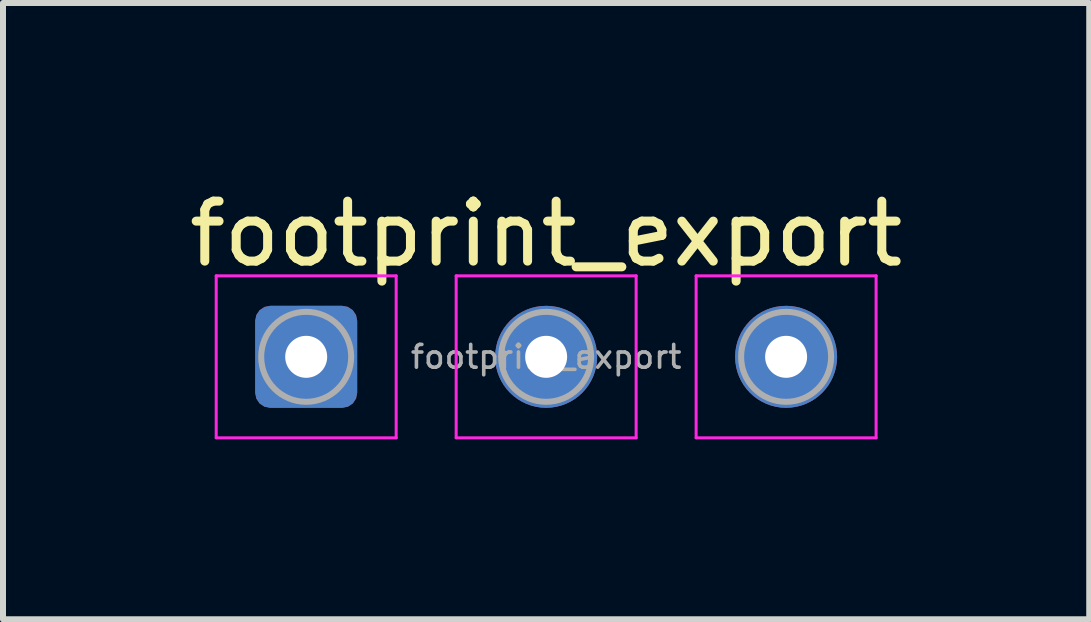
<source format=kicad_pcb>
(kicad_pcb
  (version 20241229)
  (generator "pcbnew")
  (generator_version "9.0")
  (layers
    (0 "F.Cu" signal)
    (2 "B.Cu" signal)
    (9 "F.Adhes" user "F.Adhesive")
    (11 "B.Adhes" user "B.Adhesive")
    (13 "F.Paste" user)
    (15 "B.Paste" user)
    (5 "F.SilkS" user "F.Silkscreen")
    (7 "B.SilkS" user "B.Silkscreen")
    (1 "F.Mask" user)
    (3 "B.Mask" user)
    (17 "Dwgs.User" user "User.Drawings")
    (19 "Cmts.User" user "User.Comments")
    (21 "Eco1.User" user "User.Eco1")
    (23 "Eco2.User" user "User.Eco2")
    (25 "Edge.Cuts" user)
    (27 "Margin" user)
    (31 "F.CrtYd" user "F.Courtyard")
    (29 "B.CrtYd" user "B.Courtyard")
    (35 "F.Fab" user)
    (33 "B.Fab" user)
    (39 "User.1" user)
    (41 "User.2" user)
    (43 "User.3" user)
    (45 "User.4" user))
  (footprint "footprint_export"
    (layer "F.Cu")
    (at 2.054 2.898)
    (property "Reference" "footprint_export" (at 4 -2.05 0) (layer "F.SilkS") (effects (font (size 1 1) (thickness 0.15))))
    (attr exclude_from_pos_files exclude_from_bom)
    (fp_line (start -1.5 -1.35) (end -1.5 1.35) (stroke (width 0.05) (type solid)) (layer "F.CrtYd"))
    (fp_line (start -1.5 1.35) (end 1.5 1.35) (stroke (width 0.05) (type solid)) (layer "F.CrtYd"))
    (fp_line (start 1.5 -1.35) (end -1.5 -1.35) (stroke (width 0.05) (type solid)) (layer "F.CrtYd"))
    (fp_line (start 1.5 1.35) (end 1.5 -1.35) (stroke (width 0.05) (type solid)) (layer "F.CrtYd"))
    (fp_line (start 2.5 -1.35) (end 2.5 1.35) (stroke (width 0.05) (type solid)) (layer "F.CrtYd"))
    (fp_line (start 2.5 1.35) (end 5.5 1.35) (stroke (width 0.05) (type solid)) (layer "F.CrtYd"))
    (fp_line (start 5.5 -1.35) (end 2.5 -1.35) (stroke (width 0.05) (type solid)) (layer "F.CrtYd"))
    (fp_line (start 5.5 1.35) (end 5.5 -1.35) (stroke (width 0.05) (type solid)) (layer "F.CrtYd"))
    (fp_line (start 6.5 -1.35) (end 6.5 1.35) (stroke (width 0.05) (type solid)) (layer "F.CrtYd"))
    (fp_line (start 6.5 1.35) (end 9.5 1.35) (stroke (width 0.05) (type solid)) (layer "F.CrtYd"))
    (fp_line (start 9.5 -1.35) (end 6.5 -1.35) (stroke (width 0.05) (type solid)) (layer "F.CrtYd"))
    (fp_line (start 9.5 1.35) (end 9.5 -1.35) (stroke (width 0.05) (type solid)) (layer "F.CrtYd"))
    (fp_circle (center 0 0) (end 0.75 0) (stroke (width 0.1) (type solid)) (fill no) (layer "F.Fab"))
    (fp_circle (center 4 0) (end 4.75 0) (stroke (width 0.1) (type solid)) (fill no) (layer "F.Fab"))
    (fp_circle (center 8 0) (end 8.75 0) (stroke (width 0.1) (type solid)) (fill no) (layer "F.Fab"))
    (fp_text user "${REFERENCE}" (at 4 0 0) (layer "F.Fab") (effects (font (size 0.38 0.38) (thickness 0.06))))
    (pad "1" thru_hole roundrect (at 0 0) (size 1.7 1.7) (drill 0.7) (layers "*.Cu" "*.Mask") (roundrect_rratio 0.147))
    (pad "2" thru_hole circle (at 4 0) (size 1.7 1.7) (drill 0.7) (layers "*.Cu" "*.Mask"))
    (pad "3" thru_hole circle (at 8 0) (size 1.7 1.7) (drill 0.7) (layers "*.Cu" "*.Mask")))
  (gr_rect
    (start -3 -3)
    (end 15.107 7.273)
    (stroke (width 0.1) (type default))
    (fill no)
    (layer "Edge.Cuts")))
</source>
